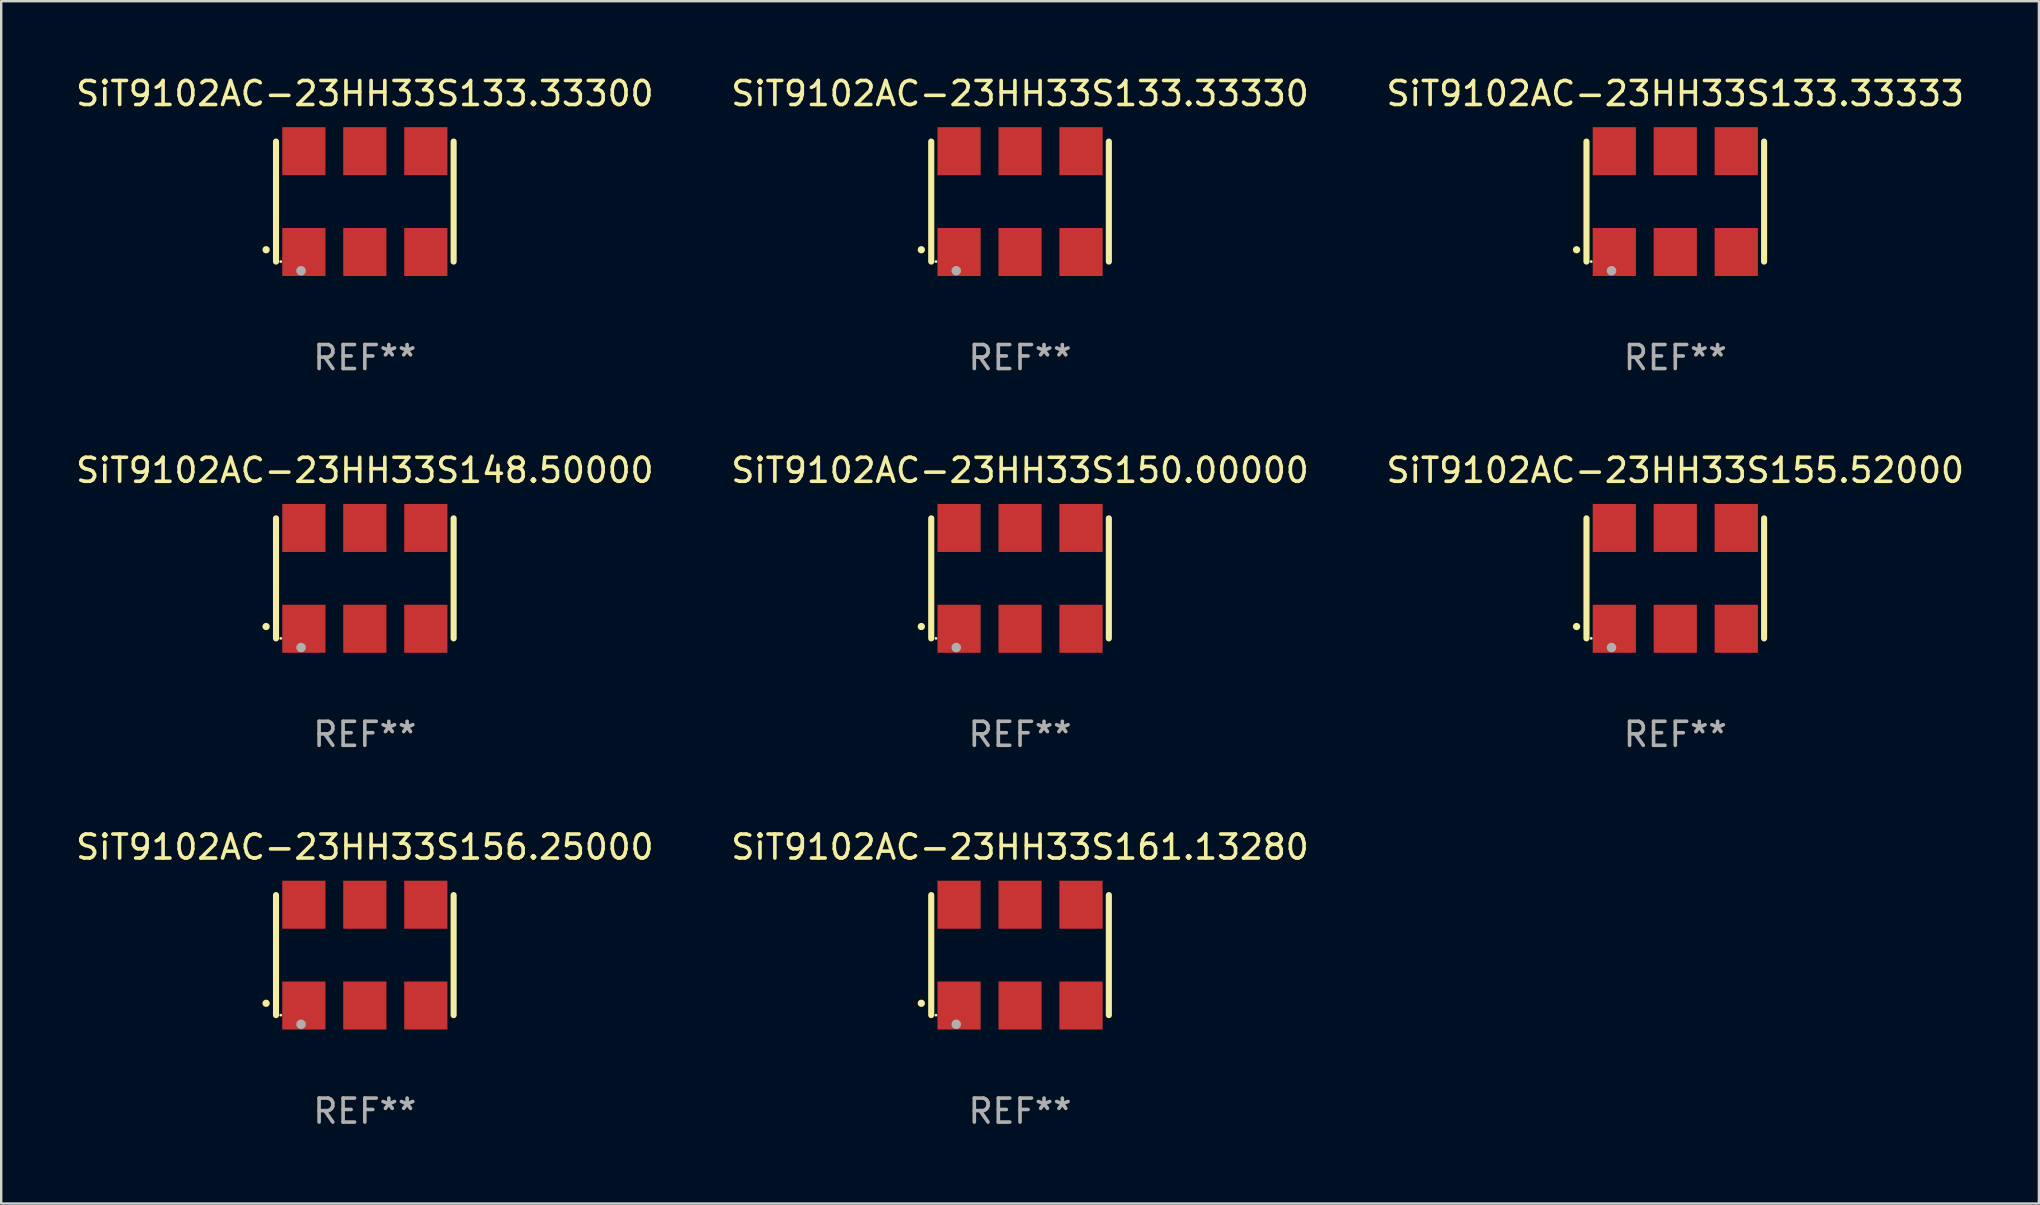
<source format=kicad_pcb>
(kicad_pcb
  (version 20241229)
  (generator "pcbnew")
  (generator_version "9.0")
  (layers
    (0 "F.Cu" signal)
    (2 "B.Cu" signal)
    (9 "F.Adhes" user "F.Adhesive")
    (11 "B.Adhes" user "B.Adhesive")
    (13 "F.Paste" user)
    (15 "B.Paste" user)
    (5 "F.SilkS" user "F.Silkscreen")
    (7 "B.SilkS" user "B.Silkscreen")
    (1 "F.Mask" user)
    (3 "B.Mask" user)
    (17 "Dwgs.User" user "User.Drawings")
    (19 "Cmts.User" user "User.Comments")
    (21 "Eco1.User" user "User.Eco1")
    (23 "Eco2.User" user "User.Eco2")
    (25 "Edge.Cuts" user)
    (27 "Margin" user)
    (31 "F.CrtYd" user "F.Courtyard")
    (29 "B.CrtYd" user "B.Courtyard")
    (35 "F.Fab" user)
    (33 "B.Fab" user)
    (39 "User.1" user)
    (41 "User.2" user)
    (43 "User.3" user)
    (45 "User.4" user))
  (footprint "SiT9102AC-23HH33S150.00000"
    (layer "F.Cu")
    (at 39.446 21.045)
    (property "Reference" "SiT9102AC-23HH33S150.00000" (at 0 -4.5 0) (layer "F.SilkS") (effects (font (size 1 1) (thickness 0.15))))
    (attr through_hole)
    (fp_line (start -3.7 -2.5) (end -3.7 2.5) (stroke (width 0.254) (type solid)) (layer "F.SilkS"))
    (fp_line (start 3.7 -2.5) (end 3.7 2.5) (stroke (width 0.254) (type solid)) (layer "F.SilkS"))
    (fp_arc (start -4.114415 2.006604) (mid -4.113145 2.006599) (end -4.111875 2.006604) (stroke (width 0.3) (type solid)) (layer "F.SilkS"))
    (fp_circle (center -3.502 2.5) (end -3.472 2.5) (stroke (width 0.06) (type solid)) (fill no) (layer "F.SilkS"))
    (fp_circle (center -2.657 2.882) (end -2.557 2.882) (stroke (width 0.2) (type solid)) (fill no) (layer "F.Fab"))
    (fp_text user "REF**" (at 0 6.5 0) (layer "F.Fab") (effects (font (size 1 1) (thickness 0.15))))
    (pad "1" smd rect (at -2.54 2.1) (size 1.8 2) (layers "F.Cu" "F.Mask" "F.Paste"))
    (pad "2" smd rect (at 0.000394 2.1) (size 1.8 2) (layers "F.Cu" "F.Mask" "F.Paste"))
    (pad "3" smd rect (at 2.54 2.1) (size 1.8 2) (layers "F.Cu" "F.Mask" "F.Paste"))
    (pad "4" smd rect (at 2.54 -2.1) (size 1.8 2) (layers "F.Cu" "F.Mask" "F.Paste"))
    (pad "5" smd rect (at 0.000394 -2.1) (size 1.8 2) (layers "F.Cu" "F.Mask" "F.Paste"))
    (pad "6" smd rect (at -2.54 -2.1) (size 1.8 2) (layers "F.Cu" "F.Mask" "F.Paste")))
  (footprint "SiT9102AC-23HH33S161.13280"
    (layer "F.Cu")
    (at 39.446 36.741)
    (property "Reference" "SiT9102AC-23HH33S161.13280" (at 0 -4.5 0) (layer "F.SilkS") (effects (font (size 1 1) (thickness 0.15))))
    (attr through_hole)
    (fp_line (start -3.7 -2.5) (end -3.7 2.5) (stroke (width 0.254) (type solid)) (layer "F.SilkS"))
    (fp_line (start 3.7 -2.5) (end 3.7 2.5) (stroke (width 0.254) (type solid)) (layer "F.SilkS"))
    (fp_arc (start -4.114415 2.006604) (mid -4.113145 2.006599) (end -4.111875 2.006604) (stroke (width 0.3) (type solid)) (layer "F.SilkS"))
    (fp_circle (center -3.502 2.5) (end -3.472 2.5) (stroke (width 0.06) (type solid)) (fill no) (layer "F.SilkS"))
    (fp_circle (center -2.657 2.882) (end -2.557 2.882) (stroke (width 0.2) (type solid)) (fill no) (layer "F.Fab"))
    (fp_text user "REF**" (at 0 6.5 0) (layer "F.Fab") (effects (font (size 1 1) (thickness 0.15))))
    (pad "1" smd rect (at -2.54 2.1) (size 1.8 2) (layers "F.Cu" "F.Mask" "F.Paste"))
    (pad "2" smd rect (at 0.000394 2.1) (size 1.8 2) (layers "F.Cu" "F.Mask" "F.Paste"))
    (pad "3" smd rect (at 2.54 2.1) (size 1.8 2) (layers "F.Cu" "F.Mask" "F.Paste"))
    (pad "4" smd rect (at 2.54 -2.1) (size 1.8 2) (layers "F.Cu" "F.Mask" "F.Paste"))
    (pad "5" smd rect (at 0.000394 -2.1) (size 1.8 2) (layers "F.Cu" "F.Mask" "F.Paste"))
    (pad "6" smd rect (at -2.54 -2.1) (size 1.8 2) (layers "F.Cu" "F.Mask" "F.Paste")))
  (footprint "SiT9102AC-23HH33S148.50000"
    (layer "F.Cu")
    (at 12.149 21.045)
    (property "Reference" "SiT9102AC-23HH33S148.50000" (at 0 -4.5 0) (layer "F.SilkS") (effects (font (size 1 1) (thickness 0.15))))
    (attr through_hole)
    (fp_line (start -3.7 -2.5) (end -3.7 2.5) (stroke (width 0.254) (type solid)) (layer "F.SilkS"))
    (fp_line (start 3.7 -2.5) (end 3.7 2.5) (stroke (width 0.254) (type solid)) (layer "F.SilkS"))
    (fp_arc (start -4.114415 2.006604) (mid -4.113145 2.006599) (end -4.111875 2.006604) (stroke (width 0.3) (type solid)) (layer "F.SilkS"))
    (fp_circle (center -3.502 2.5) (end -3.472 2.5) (stroke (width 0.06) (type solid)) (fill no) (layer "F.SilkS"))
    (fp_circle (center -2.657 2.882) (end -2.557 2.882) (stroke (width 0.2) (type solid)) (fill no) (layer "F.Fab"))
    (fp_text user "REF**" (at 0 6.5 0) (layer "F.Fab") (effects (font (size 1 1) (thickness 0.15))))
    (pad "1" smd rect (at -2.54 2.1) (size 1.8 2) (layers "F.Cu" "F.Mask" "F.Paste"))
    (pad "2" smd rect (at 0.000394 2.1) (size 1.8 2) (layers "F.Cu" "F.Mask" "F.Paste"))
    (pad "3" smd rect (at 2.54 2.1) (size 1.8 2) (layers "F.Cu" "F.Mask" "F.Paste"))
    (pad "4" smd rect (at 2.54 -2.1) (size 1.8 2) (layers "F.Cu" "F.Mask" "F.Paste"))
    (pad "5" smd rect (at 0.000394 -2.1) (size 1.8 2) (layers "F.Cu" "F.Mask" "F.Paste"))
    (pad "6" smd rect (at -2.54 -2.1) (size 1.8 2) (layers "F.Cu" "F.Mask" "F.Paste")))
  (footprint "SiT9102AC-23HH33S155.52000"
    (layer "F.Cu")
    (at 66.744 21.045)
    (property "Reference" "SiT9102AC-23HH33S155.52000" (at 0 -4.5 0) (layer "F.SilkS") (effects (font (size 1 1) (thickness 0.15))))
    (attr through_hole)
    (fp_line (start -3.7 -2.5) (end -3.7 2.5) (stroke (width 0.254) (type solid)) (layer "F.SilkS"))
    (fp_line (start 3.7 -2.5) (end 3.7 2.5) (stroke (width 0.254) (type solid)) (layer "F.SilkS"))
    (fp_arc (start -4.114415 2.006604) (mid -4.113145 2.006599) (end -4.111875 2.006604) (stroke (width 0.3) (type solid)) (layer "F.SilkS"))
    (fp_circle (center -3.502 2.5) (end -3.472 2.5) (stroke (width 0.06) (type solid)) (fill no) (layer "F.SilkS"))
    (fp_circle (center -2.657 2.882) (end -2.557 2.882) (stroke (width 0.2) (type solid)) (fill no) (layer "F.Fab"))
    (fp_text user "REF**" (at 0 6.5 0) (layer "F.Fab") (effects (font (size 1 1) (thickness 0.15))))
    (pad "1" smd rect (at -2.54 2.1) (size 1.8 2) (layers "F.Cu" "F.Mask" "F.Paste"))
    (pad "2" smd rect (at 0.000394 2.1) (size 1.8 2) (layers "F.Cu" "F.Mask" "F.Paste"))
    (pad "3" smd rect (at 2.54 2.1) (size 1.8 2) (layers "F.Cu" "F.Mask" "F.Paste"))
    (pad "4" smd rect (at 2.54 -2.1) (size 1.8 2) (layers "F.Cu" "F.Mask" "F.Paste"))
    (pad "5" smd rect (at 0.000394 -2.1) (size 1.8 2) (layers "F.Cu" "F.Mask" "F.Paste"))
    (pad "6" smd rect (at -2.54 -2.1) (size 1.8 2) (layers "F.Cu" "F.Mask" "F.Paste")))
  (footprint "SiT9102AC-23HH33S133.33330"
    (layer "F.Cu")
    (at 39.446 5.348)
    (property "Reference" "SiT9102AC-23HH33S133.33330" (at 0 -4.5 0) (layer "F.SilkS") (effects (font (size 1 1) (thickness 0.15))))
    (attr through_hole)
    (fp_line (start -3.7 -2.5) (end -3.7 2.5) (stroke (width 0.254) (type solid)) (layer "F.SilkS"))
    (fp_line (start 3.7 -2.5) (end 3.7 2.5) (stroke (width 0.254) (type solid)) (layer "F.SilkS"))
    (fp_arc (start -4.114415 2.006604) (mid -4.113145 2.006599) (end -4.111875 2.006604) (stroke (width 0.3) (type solid)) (layer "F.SilkS"))
    (fp_circle (center -3.502 2.5) (end -3.472 2.5) (stroke (width 0.06) (type solid)) (fill no) (layer "F.SilkS"))
    (fp_circle (center -2.657 2.882) (end -2.557 2.882) (stroke (width 0.2) (type solid)) (fill no) (layer "F.Fab"))
    (fp_text user "REF**" (at 0 6.5 0) (layer "F.Fab") (effects (font (size 1 1) (thickness 0.15))))
    (pad "1" smd rect (at -2.54 2.1) (size 1.8 2) (layers "F.Cu" "F.Mask" "F.Paste"))
    (pad "2" smd rect (at 0.000394 2.1) (size 1.8 2) (layers "F.Cu" "F.Mask" "F.Paste"))
    (pad "3" smd rect (at 2.54 2.1) (size 1.8 2) (layers "F.Cu" "F.Mask" "F.Paste"))
    (pad "4" smd rect (at 2.54 -2.1) (size 1.8 2) (layers "F.Cu" "F.Mask" "F.Paste"))
    (pad "5" smd rect (at 0.000394 -2.1) (size 1.8 2) (layers "F.Cu" "F.Mask" "F.Paste"))
    (pad "6" smd rect (at -2.54 -2.1) (size 1.8 2) (layers "F.Cu" "F.Mask" "F.Paste")))
  (footprint "SiT9102AC-23HH33S133.33300"
    (layer "F.Cu")
    (at 12.149 5.348)
    (property "Reference" "SiT9102AC-23HH33S133.33300" (at 0 -4.5 0) (layer "F.SilkS") (effects (font (size 1 1) (thickness 0.15))))
    (attr through_hole)
    (fp_line (start -3.7 -2.5) (end -3.7 2.5) (stroke (width 0.254) (type solid)) (layer "F.SilkS"))
    (fp_line (start 3.7 -2.5) (end 3.7 2.5) (stroke (width 0.254) (type solid)) (layer "F.SilkS"))
    (fp_arc (start -4.114415 2.006604) (mid -4.113145 2.006599) (end -4.111875 2.006604) (stroke (width 0.3) (type solid)) (layer "F.SilkS"))
    (fp_circle (center -3.502 2.5) (end -3.472 2.5) (stroke (width 0.06) (type solid)) (fill no) (layer "F.SilkS"))
    (fp_circle (center -2.657 2.882) (end -2.557 2.882) (stroke (width 0.2) (type solid)) (fill no) (layer "F.Fab"))
    (fp_text user "REF**" (at 0 6.5 0) (layer "F.Fab") (effects (font (size 1 1) (thickness 0.15))))
    (pad "1" smd rect (at -2.54 2.1) (size 1.8 2) (layers "F.Cu" "F.Mask" "F.Paste"))
    (pad "2" smd rect (at 0.000394 2.1) (size 1.8 2) (layers "F.Cu" "F.Mask" "F.Paste"))
    (pad "3" smd rect (at 2.54 2.1) (size 1.8 2) (layers "F.Cu" "F.Mask" "F.Paste"))
    (pad "4" smd rect (at 2.54 -2.1) (size 1.8 2) (layers "F.Cu" "F.Mask" "F.Paste"))
    (pad "5" smd rect (at 0.000394 -2.1) (size 1.8 2) (layers "F.Cu" "F.Mask" "F.Paste"))
    (pad "6" smd rect (at -2.54 -2.1) (size 1.8 2) (layers "F.Cu" "F.Mask" "F.Paste")))
  (footprint "SiT9102AC-23HH33S133.33333"
    (layer "F.Cu")
    (at 66.744 5.348)
    (property "Reference" "SiT9102AC-23HH33S133.33333" (at 0 -4.5 0) (layer "F.SilkS") (effects (font (size 1 1) (thickness 0.15))))
    (attr through_hole)
    (fp_line (start -3.7 -2.5) (end -3.7 2.5) (stroke (width 0.254) (type solid)) (layer "F.SilkS"))
    (fp_line (start 3.7 -2.5) (end 3.7 2.5) (stroke (width 0.254) (type solid)) (layer "F.SilkS"))
    (fp_arc (start -4.114415 2.006604) (mid -4.113145 2.006599) (end -4.111875 2.006604) (stroke (width 0.3) (type solid)) (layer "F.SilkS"))
    (fp_circle (center -3.502 2.5) (end -3.472 2.5) (stroke (width 0.06) (type solid)) (fill no) (layer "F.SilkS"))
    (fp_circle (center -2.657 2.882) (end -2.557 2.882) (stroke (width 0.2) (type solid)) (fill no) (layer "F.Fab"))
    (fp_text user "REF**" (at 0 6.5 0) (layer "F.Fab") (effects (font (size 1 1) (thickness 0.15))))
    (pad "1" smd rect (at -2.54 2.1) (size 1.8 2) (layers "F.Cu" "F.Mask" "F.Paste"))
    (pad "2" smd rect (at 0.000394 2.1) (size 1.8 2) (layers "F.Cu" "F.Mask" "F.Paste"))
    (pad "3" smd rect (at 2.54 2.1) (size 1.8 2) (layers "F.Cu" "F.Mask" "F.Paste"))
    (pad "4" smd rect (at 2.54 -2.1) (size 1.8 2) (layers "F.Cu" "F.Mask" "F.Paste"))
    (pad "5" smd rect (at 0.000394 -2.1) (size 1.8 2) (layers "F.Cu" "F.Mask" "F.Paste"))
    (pad "6" smd rect (at -2.54 -2.1) (size 1.8 2) (layers "F.Cu" "F.Mask" "F.Paste")))
  (footprint "SiT9102AC-23HH33S156.25000"
    (layer "F.Cu")
    (at 12.149 36.741)
    (property "Reference" "SiT9102AC-23HH33S156.25000" (at 0 -4.5 0) (layer "F.SilkS") (effects (font (size 1 1) (thickness 0.15))))
    (attr through_hole)
    (fp_line (start -3.7 -2.5) (end -3.7 2.5) (stroke (width 0.254) (type solid)) (layer "F.SilkS"))
    (fp_line (start 3.7 -2.5) (end 3.7 2.5) (stroke (width 0.254) (type solid)) (layer "F.SilkS"))
    (fp_arc (start -4.114415 2.006604) (mid -4.113145 2.006599) (end -4.111875 2.006604) (stroke (width 0.3) (type solid)) (layer "F.SilkS"))
    (fp_circle (center -3.502 2.5) (end -3.472 2.5) (stroke (width 0.06) (type solid)) (fill no) (layer "F.SilkS"))
    (fp_circle (center -2.657 2.882) (end -2.557 2.882) (stroke (width 0.2) (type solid)) (fill no) (layer "F.Fab"))
    (fp_text user "REF**" (at 0 6.5 0) (layer "F.Fab") (effects (font (size 1 1) (thickness 0.15))))
    (pad "1" smd rect (at -2.54 2.1) (size 1.8 2) (layers "F.Cu" "F.Mask" "F.Paste"))
    (pad "2" smd rect (at 0.000394 2.1) (size 1.8 2) (layers "F.Cu" "F.Mask" "F.Paste"))
    (pad "3" smd rect (at 2.54 2.1) (size 1.8 2) (layers "F.Cu" "F.Mask" "F.Paste"))
    (pad "4" smd rect (at 2.54 -2.1) (size 1.8 2) (layers "F.Cu" "F.Mask" "F.Paste"))
    (pad "5" smd rect (at 0.000394 -2.1) (size 1.8 2) (layers "F.Cu" "F.Mask" "F.Paste"))
    (pad "6" smd rect (at -2.54 -2.1) (size 1.8 2) (layers "F.Cu" "F.Mask" "F.Paste")))
  (gr_rect
    (start -3 -3)
    (end 81.893 47.09)
    (stroke (width 0.1) (type default))
    (fill no)
    (layer "Edge.Cuts")))
</source>
